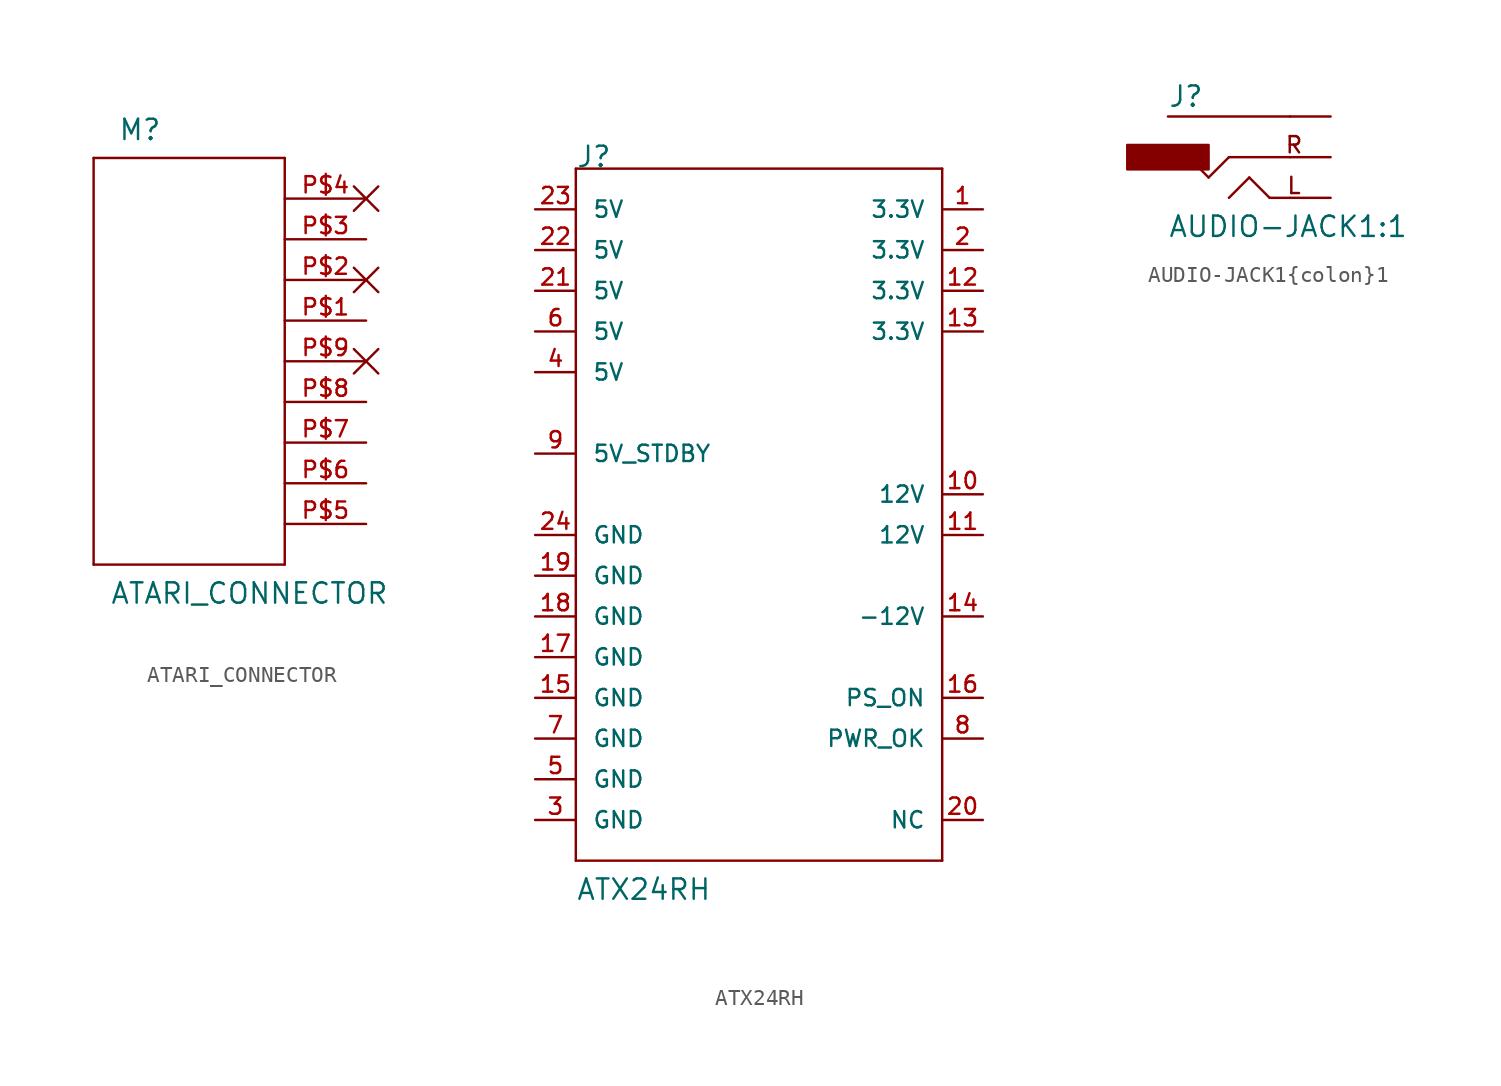
<source format=kicad_sym>
(kicad_symbol_lib
  (version 20211014)
  (generator kicad_symbol_editor)
  (symbol "ATARI_CONNECTOR"
    (pin_names
      (offset 1.016) hide)
    (property "Reference" "M"
      (at -7.874 13.716 0)
      (effects (font (size 1.27 1.27)) (justify left bottom)))
    (property "Value" "ATARI_CONNECTOR"
      (at -8.382 -15.24 0)
      (effects (font (size 1.27 1.27)) (justify left bottom)))
    (property "Datasheet" ""
      (at 0 0 0)
      (effects (font (size 1.524 1.524))))
    (property "ki_locked" ""
      (at 0 0 0)
      (effects (font (size 1.27 1.27))))
    (symbol "ATARI_CONNECTOR_1_0"
      (polyline (pts (xy -9.398 -12.7) (xy 2.54 -12.7)) (stroke (width 0) (type default) (color 0 0 0 0)) (fill (type none)))
      (polyline (pts (xy -9.398 12.7) (xy -9.398 -12.7)) (stroke (width 0) (type default) (color 0 0 0 0)) (fill (type none)))
      (polyline (pts (xy 2.54 -12.7) (xy 2.54 12.7)) (stroke (width 0) (type default) (color 0 0 0 0)) (fill (type none)))
      (polyline (pts (xy 2.54 12.7) (xy -9.398 12.7)) (stroke (width 0) (type default) (color 0 0 0 0)) (fill (type none)))
      (polyline (pts (xy 6.858 9.398) (xy 7.62 10.16)) (stroke (width 0) (type default) (color 0 0 0 0)) (fill (type none)))
      (polyline (pts (xy 7.62 0) (xy 6.858 -0.762)) (stroke (width 0) (type default) (color 0 0 0 0)) (fill (type none)))
      (polyline (pts (xy 7.62 0) (xy 6.858 0.762)) (stroke (width 0) (type default) (color 0 0 0 0)) (fill (type none)))
      (polyline (pts (xy 7.62 0) (xy 8.382 -0.762)) (stroke (width 0) (type default) (color 0 0 0 0)) (fill (type none)))
      (polyline (pts (xy 7.62 0) (xy 8.382 0.762)) (stroke (width 0) (type default) (color 0 0 0 0)) (fill (type none)))
      (polyline (pts (xy 7.62 5.08) (xy 6.858 4.318)) (stroke (width 0) (type default) (color 0 0 0 0)) (fill (type none)))
      (polyline (pts (xy 7.62 5.08) (xy 6.858 5.842)) (stroke (width 0) (type default) (color 0 0 0 0)) (fill (type none)))
      (polyline (pts (xy 7.62 5.08) (xy 8.382 4.318)) (stroke (width 0) (type default) (color 0 0 0 0)) (fill (type none)))
      (polyline (pts (xy 7.62 5.08) (xy 8.382 5.842)) (stroke (width 0) (type default) (color 0 0 0 0)) (fill (type none)))
      (polyline (pts (xy 7.62 10.16) (xy 6.858 10.922)) (stroke (width 0) (type default) (color 0 0 0 0)) (fill (type none)))
      (polyline (pts (xy 7.62 10.16) (xy 8.382 9.398)) (stroke (width 0) (type default) (color 0 0 0 0)) (fill (type none)))
      (polyline (pts (xy 8.382 10.922) (xy 7.62 10.16)) (stroke (width 0) (type default) (color 0 0 0 0)) (fill (type none))))
    (symbol "ATARI_CONNECTOR_1_1"
      (pin bidirectional line (at 7.62 2.54 180) (length 5.08) (name "BUTTON" (effects (font (size 1.016 1.016)))) (number "P$1" (effects (font (size 1.016 1.016)))))
      (pin bidirectional line (at 7.62 5.08 180) (length 5.08) (name "NC2" (effects (font (size 1.016 1.016)))) (number "P$2" (effects (font (size 1.016 1.016)))))
      (pin bidirectional line (at 7.62 7.62 180) (length 5.08) (name "GND" (effects (font (size 1.016 1.016)))) (number "P$3" (effects (font (size 1.016 1.016)))))
      (pin bidirectional line (at 7.62 10.16 180) (length 5.08) (name "NC3" (effects (font (size 1.016 1.016)))) (number "P$4" (effects (font (size 1.016 1.016)))))
      (pin bidirectional line (at 7.62 -10.16 180) (length 5.08) (name "UP" (effects (font (size 1.016 1.016)))) (number "P$5" (effects (font (size 1.016 1.016)))))
      (pin bidirectional line (at 7.62 -7.62 180) (length 5.08) (name "DOWN" (effects (font (size 1.016 1.016)))) (number "P$6" (effects (font (size 1.016 1.016)))))
      (pin bidirectional line (at 7.62 -5.08 180) (length 5.08) (name "LEFT" (effects (font (size 1.016 1.016)))) (number "P$7" (effects (font (size 1.016 1.016)))))
      (pin bidirectional line (at 7.62 -2.54 180) (length 5.08) (name "RIGHT" (effects (font (size 1.016 1.016)))) (number "P$8" (effects (font (size 1.016 1.016)))))
      (pin bidirectional line (at 7.62 0 180) (length 5.08) (name "NC1" (effects (font (size 1.016 1.016)))) (number "P$9" (effects (font (size 1.016 1.016)))))))
  (symbol "ATX24RH"
    (pin_names
      (offset 1.016))
    (property "Reference" "J"
      (at -12.7 20.32 0)
      (effects (font (size 1.27 1.27)) (justify left bottom)))
    (property "Value" "ATX24RH"
      (at -12.7 -25.4 0)
      (effects (font (size 1.27 1.27)) (justify left bottom)))
    (property "Datasheet" ""
      (at 0 0 0)
      (effects (font (size 1.524 1.524))))
    (property "ki_locked" ""
      (at 0 0 0)
      (effects (font (size 1.27 1.27))))
    (symbol "ATX24RH_1_0"
      (polyline (pts (xy -12.7 -22.86) (xy -12.7 20.32)) (stroke (width 0) (type default) (color 0 0 0 0)) (fill (type none)))
      (polyline (pts (xy -12.7 20.32) (xy 10.16 20.32)) (stroke (width 0) (type default) (color 0 0 0 0)) (fill (type none)))
      (polyline (pts (xy 10.16 -22.86) (xy -12.7 -22.86)) (stroke (width 0) (type default) (color 0 0 0 0)) (fill (type none)))
      (polyline (pts (xy 10.16 20.32) (xy 10.16 -22.86)) (stroke (width 0) (type default) (color 0 0 0 0)) (fill (type none))))
    (symbol "ATX24RH_1_1"
      (pin bidirectional line (at 12.7 17.78 180) (length 2.54) (name "3.3V" (effects (font (size 1.016 1.016)))) (number "1" (effects (font (size 1.016 1.016)))))
      (pin bidirectional line (at 12.7 0 180) (length 2.54) (name "12V" (effects (font (size 1.016 1.016)))) (number "10" (effects (font (size 1.016 1.016)))))
      (pin bidirectional line (at 12.7 -2.54 180) (length 2.54) (name "12V" (effects (font (size 1.016 1.016)))) (number "11" (effects (font (size 1.016 1.016)))))
      (pin bidirectional line (at 12.7 12.7 180) (length 2.54) (name "3.3V" (effects (font (size 1.016 1.016)))) (number "12" (effects (font (size 1.016 1.016)))))
      (pin bidirectional line (at 12.7 10.16 180) (length 2.54) (name "3.3V" (effects (font (size 1.016 1.016)))) (number "13" (effects (font (size 1.016 1.016)))))
      (pin bidirectional line (at 12.7 -7.62 180) (length 2.54) (name "-12V" (effects (font (size 1.016 1.016)))) (number "14" (effects (font (size 1.016 1.016)))))
      (pin bidirectional line (at -15.24 -12.7 0) (length 2.54) (name "GND" (effects (font (size 1.016 1.016)))) (number "15" (effects (font (size 1.016 1.016)))))
      (pin bidirectional line (at 12.7 -12.7 180) (length 2.54) (name "PS_ON" (effects (font (size 1.016 1.016)))) (number "16" (effects (font (size 1.016 1.016)))))
      (pin bidirectional line (at -15.24 -10.16 0) (length 2.54) (name "GND" (effects (font (size 1.016 1.016)))) (number "17" (effects (font (size 1.016 1.016)))))
      (pin bidirectional line (at -15.24 -7.62 0) (length 2.54) (name "GND" (effects (font (size 1.016 1.016)))) (number "18" (effects (font (size 1.016 1.016)))))
      (pin bidirectional line (at -15.24 -5.08 0) (length 2.54) (name "GND" (effects (font (size 1.016 1.016)))) (number "19" (effects (font (size 1.016 1.016)))))
      (pin bidirectional line (at 12.7 15.24 180) (length 2.54) (name "3.3V" (effects (font (size 1.016 1.016)))) (number "2" (effects (font (size 1.016 1.016)))))
      (pin bidirectional line (at 12.7 -20.32 180) (length 2.54) (name "NC" (effects (font (size 1.016 1.016)))) (number "20" (effects (font (size 1.016 1.016)))))
      (pin bidirectional line (at -15.24 12.7 0) (length 2.54) (name "5V" (effects (font (size 1.016 1.016)))) (number "21" (effects (font (size 1.016 1.016)))))
      (pin bidirectional line (at -15.24 15.24 0) (length 2.54) (name "5V" (effects (font (size 1.016 1.016)))) (number "22" (effects (font (size 1.016 1.016)))))
      (pin bidirectional line (at -15.24 17.78 0) (length 2.54) (name "5V" (effects (font (size 1.016 1.016)))) (number "23" (effects (font (size 1.016 1.016)))))
      (pin bidirectional line (at -15.24 -2.54 0) (length 2.54) (name "GND" (effects (font (size 1.016 1.016)))) (number "24" (effects (font (size 1.016 1.016)))))
      (pin bidirectional line (at -15.24 -20.32 0) (length 2.54) (name "GND" (effects (font (size 1.016 1.016)))) (number "3" (effects (font (size 1.016 1.016)))))
      (pin bidirectional line (at -15.24 7.62 0) (length 2.54) (name "5V" (effects (font (size 1.016 1.016)))) (number "4" (effects (font (size 1.016 1.016)))))
      (pin bidirectional line (at -15.24 -17.78 0) (length 2.54) (name "GND" (effects (font (size 1.016 1.016)))) (number "5" (effects (font (size 1.016 1.016)))))
      (pin bidirectional line (at -15.24 10.16 0) (length 2.54) (name "5V" (effects (font (size 1.016 1.016)))) (number "6" (effects (font (size 1.016 1.016)))))
      (pin bidirectional line (at -15.24 -15.24 0) (length 2.54) (name "GND" (effects (font (size 1.016 1.016)))) (number "7" (effects (font (size 1.016 1.016)))))
      (pin bidirectional line (at 12.7 -15.24 180) (length 2.54) (name "PWR_OK" (effects (font (size 1.016 1.016)))) (number "8" (effects (font (size 1.016 1.016)))))
      (pin bidirectional line (at -15.24 2.54 0) (length 2.54) (name "5V_STDBY" (effects (font (size 1.016 1.016)))) (number "9" (effects (font (size 1.016 1.016)))))))
  (symbol "AUDIO-JACK1{colon}1"
    (pin_numbers hide)
    (pin_names
      (offset 1.016) hide)
    (property "Reference" "J"
      (at -5.08 3.048 0)
      (effects (font (size 1.27 1.27)) (justify left bottom)))
    (property "Value" "AUDIO-JACK1{colon}1"
      (at -5.08 -5.08 0)
      (effects (font (size 1.27 1.27)) (justify left bottom)))
    (property "Datasheet" ""
      (at 0 0 0)
      (effects (font (size 1.524 1.524))))
    (property "ki_locked" ""
      (at 0 0 0)
      (effects (font (size 1.27 1.27))))
    (symbol "AUDIO-JACK1{colon}1_1_0"
      (polyline (pts (xy -2.54 -1.27) (xy -3.81 0)) (stroke (width 0) (type default) (color 0 0 0 0)) (fill (type none)))
      (polyline (pts (xy -1.27 -2.54) (xy 0 -1.27)) (stroke (width 0) (type default) (color 0 0 0 0)) (fill (type none)))
      (polyline (pts (xy -1.27 0) (xy -2.54 -1.27)) (stroke (width 0) (type default) (color 0 0 0 0)) (fill (type none)))
      (polyline (pts (xy 0 -1.27) (xy 1.27 -2.54)) (stroke (width 0) (type default) (color 0 0 0 0)) (fill (type none)))
      (polyline (pts (xy 1.27 -2.54) (xy 2.54 -2.54)) (stroke (width 0) (type default) (color 0 0 0 0)) (fill (type none)))
      (polyline (pts (xy 2.54 0) (xy -1.27 0)) (stroke (width 0) (type default) (color 0 0 0 0)) (fill (type none)))
      (polyline (pts (xy 2.54 2.54) (xy -5.08 2.54)) (stroke (width 0) (type default) (color 0 0 0 0)) (fill (type none)))
      (text "L" (at 2.794 -1.778 0) (effects (font (size 1.016 1.016))))
      (text "R" (at 2.794 0.762 0) (effects (font (size 1.016 1.016)))))
    (symbol "AUDIO-JACK1{colon}1_1_1"
      (rectangle (start -7.62 -0.762) (end -2.54 0.762) (stroke (width 0) (type default) (color 0 0 0 0)) (fill (type outline)))
      (pin bidirectional line (at 5.08 -2.54 180) (length 2.54) (name "LEFT" (effects (font (size 1.016 1.016)))) (number "1" (effects (font (size 1.016 1.016)))))
      (pin bidirectional line (at 5.08 0 180) (length 2.54) (name "RIGHT" (effects (font (size 1.016 1.016)))) (number "4" (effects (font (size 1.016 1.016)))))
      (pin bidirectional line (at 5.08 2.54 180) (length 2.54) (name "SLEEVE" (effects (font (size 1.016 1.016)))) (number "5" (effects (font (size 1.016 1.016))))))))
</source>
